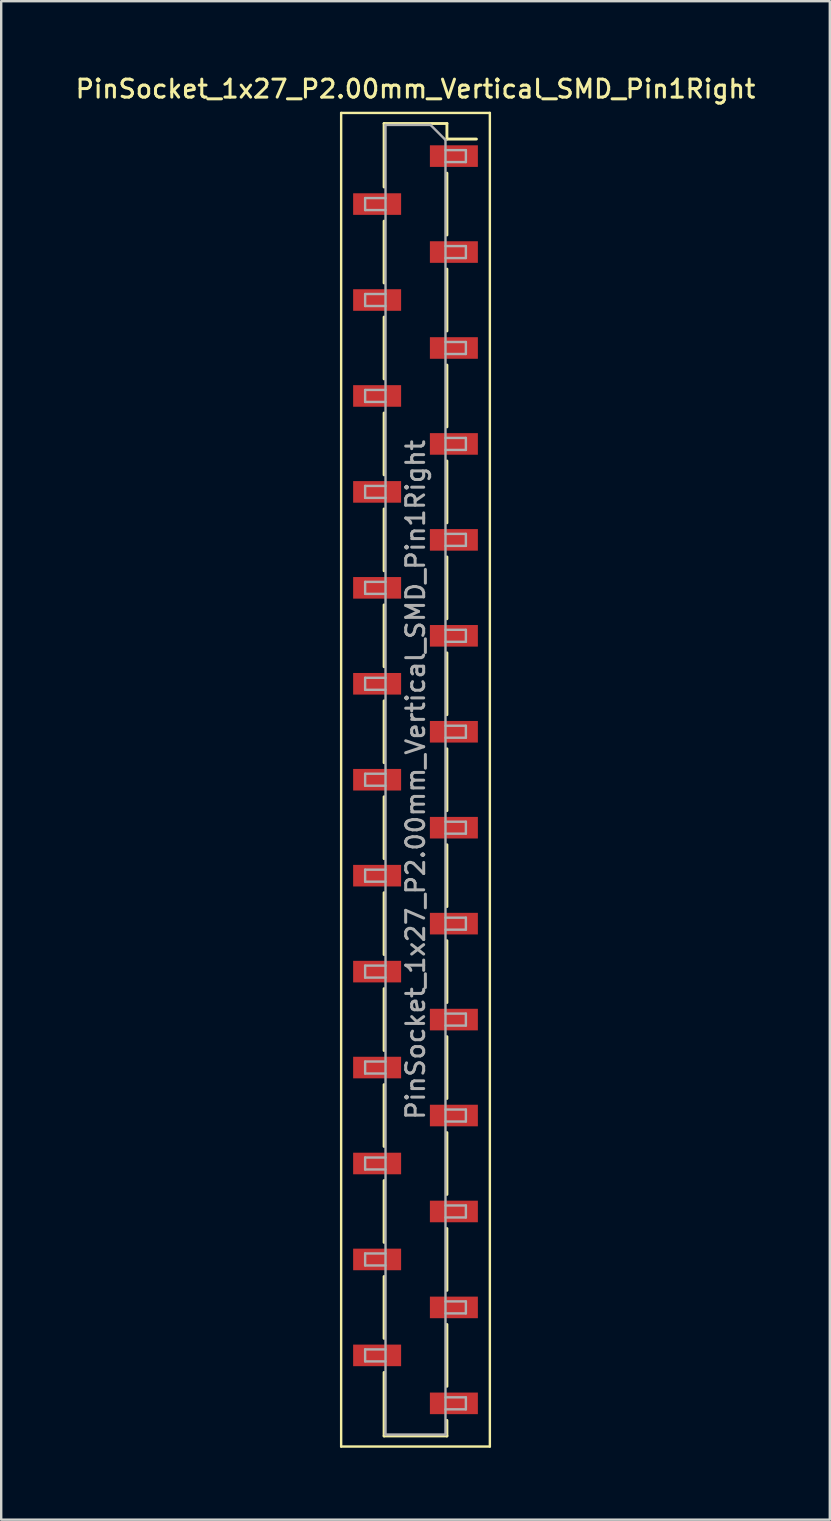
<source format=kicad_pcb>
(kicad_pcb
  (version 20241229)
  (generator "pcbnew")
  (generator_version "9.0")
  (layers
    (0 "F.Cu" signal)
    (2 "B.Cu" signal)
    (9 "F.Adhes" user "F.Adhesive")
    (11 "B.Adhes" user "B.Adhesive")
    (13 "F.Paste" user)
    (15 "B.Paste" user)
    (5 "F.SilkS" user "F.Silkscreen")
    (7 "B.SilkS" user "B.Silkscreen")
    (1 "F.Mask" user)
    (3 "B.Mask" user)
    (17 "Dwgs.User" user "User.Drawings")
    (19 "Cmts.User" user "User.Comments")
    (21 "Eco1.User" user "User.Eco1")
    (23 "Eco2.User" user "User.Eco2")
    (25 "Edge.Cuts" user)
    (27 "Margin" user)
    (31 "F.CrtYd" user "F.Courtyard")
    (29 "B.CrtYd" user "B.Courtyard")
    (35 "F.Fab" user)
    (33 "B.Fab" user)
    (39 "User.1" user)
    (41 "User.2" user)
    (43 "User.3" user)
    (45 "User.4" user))
  (footprint "PinSocket_1x27_P2.00mm_Vertical_SMD_Pin1Right"
    (layer "F.Cu")
    (at 14.273 29.458)
    (property "Reference" "PinSocket_1x27_P2.00mm_Vertical_SMD_Pin1Right" (at 0 -28.8 0) (layer "F.SilkS") (effects (font (size 0.75 0.75) (thickness 0.125))))
    (attr smd)
    (fp_line (start -3.1 -27.8) (end 3.1 -27.8) (stroke (width 0.1) (type solid)) (layer "F.SilkS"))
    (fp_line (start -3.1 27.8) (end -3.1 -27.8) (stroke (width 0.1) (type solid)) (layer "F.SilkS"))
    (fp_line (start -1.31 -27.36) (end -1.31 -24.71) (stroke (width 0.12) (type solid)) (layer "F.SilkS"))
    (fp_line (start -1.31 -27.36) (end 1.31 -27.36) (stroke (width 0.12) (type solid)) (layer "F.SilkS"))
    (fp_line (start -1.31 -23.29) (end -1.31 -20.71) (stroke (width 0.12) (type solid)) (layer "F.SilkS"))
    (fp_line (start -1.31 -19.29) (end -1.31 -16.71) (stroke (width 0.12) (type solid)) (layer "F.SilkS"))
    (fp_line (start -1.31 -15.29) (end -1.31 -12.71) (stroke (width 0.12) (type solid)) (layer "F.SilkS"))
    (fp_line (start -1.31 -11.29) (end -1.31 -8.71) (stroke (width 0.12) (type solid)) (layer "F.SilkS"))
    (fp_line (start -1.31 -7.29) (end -1.31 -4.71) (stroke (width 0.12) (type solid)) (layer "F.SilkS"))
    (fp_line (start -1.31 -3.29) (end -1.31 -0.71) (stroke (width 0.12) (type solid)) (layer "F.SilkS"))
    (fp_line (start -1.31 0.71) (end -1.31 3.29) (stroke (width 0.12) (type solid)) (layer "F.SilkS"))
    (fp_line (start -1.31 4.71) (end -1.31 7.29) (stroke (width 0.12) (type solid)) (layer "F.SilkS"))
    (fp_line (start -1.31 8.71) (end -1.31 11.29) (stroke (width 0.12) (type solid)) (layer "F.SilkS"))
    (fp_line (start -1.31 12.71) (end -1.31 15.29) (stroke (width 0.12) (type solid)) (layer "F.SilkS"))
    (fp_line (start -1.31 16.71) (end -1.31 19.29) (stroke (width 0.12) (type solid)) (layer "F.SilkS"))
    (fp_line (start -1.31 20.71) (end -1.31 23.29) (stroke (width 0.12) (type solid)) (layer "F.SilkS"))
    (fp_line (start -1.31 24.71) (end -1.31 27.36) (stroke (width 0.12) (type solid)) (layer "F.SilkS"))
    (fp_line (start -1.31 27.36) (end 1.31 27.36) (stroke (width 0.12) (type solid)) (layer "F.SilkS"))
    (fp_line (start 1.31 -27.36) (end 1.31 -26.71) (stroke (width 0.12) (type solid)) (layer "F.SilkS"))
    (fp_line (start 1.31 -26.71) (end 2.54 -26.71) (stroke (width 0.12) (type solid)) (layer "F.SilkS"))
    (fp_line (start 1.31 -25.29) (end 1.31 -22.71) (stroke (width 0.12) (type solid)) (layer "F.SilkS"))
    (fp_line (start 1.31 -21.29) (end 1.31 -18.71) (stroke (width 0.12) (type solid)) (layer "F.SilkS"))
    (fp_line (start 1.31 -17.29) (end 1.31 -14.71) (stroke (width 0.12) (type solid)) (layer "F.SilkS"))
    (fp_line (start 1.31 -13.29) (end 1.31 -10.71) (stroke (width 0.12) (type solid)) (layer "F.SilkS"))
    (fp_line (start 1.31 -9.29) (end 1.31 -6.71) (stroke (width 0.12) (type solid)) (layer "F.SilkS"))
    (fp_line (start 1.31 -5.29) (end 1.31 -2.71) (stroke (width 0.12) (type solid)) (layer "F.SilkS"))
    (fp_line (start 1.31 -1.29) (end 1.31 1.29) (stroke (width 0.12) (type solid)) (layer "F.SilkS"))
    (fp_line (start 1.31 2.71) (end 1.31 5.29) (stroke (width 0.12) (type solid)) (layer "F.SilkS"))
    (fp_line (start 1.31 6.71) (end 1.31 9.29) (stroke (width 0.12) (type solid)) (layer "F.SilkS"))
    (fp_line (start 1.31 10.71) (end 1.31 13.29) (stroke (width 0.12) (type solid)) (layer "F.SilkS"))
    (fp_line (start 1.31 14.71) (end 1.31 17.29) (stroke (width 0.12) (type solid)) (layer "F.SilkS"))
    (fp_line (start 1.31 18.71) (end 1.31 21.29) (stroke (width 0.12) (type solid)) (layer "F.SilkS"))
    (fp_line (start 1.31 22.71) (end 1.31 25.29) (stroke (width 0.12) (type solid)) (layer "F.SilkS"))
    (fp_line (start 1.31 26.71) (end 1.31 27.36) (stroke (width 0.12) (type solid)) (layer "F.SilkS"))
    (fp_line (start 3.1 -27.8) (end 3.1 27.8) (stroke (width 0.1) (type solid)) (layer "F.SilkS"))
    (fp_line (start 3.1 27.8) (end -3.1 27.8) (stroke (width 0.1) (type solid)) (layer "F.SilkS"))
    (fp_line (start -2.1 -24.25) (end -1.25 -24.25) (stroke (width 0.1) (type solid)) (layer "F.Fab"))
    (fp_line (start -2.1 -23.75) (end -2.1 -24.25) (stroke (width 0.1) (type solid)) (layer "F.Fab"))
    (fp_line (start -2.1 -20.25) (end -1.25 -20.25) (stroke (width 0.1) (type solid)) (layer "F.Fab"))
    (fp_line (start -2.1 -19.75) (end -2.1 -20.25) (stroke (width 0.1) (type solid)) (layer "F.Fab"))
    (fp_line (start -2.1 -16.25) (end -1.25 -16.25) (stroke (width 0.1) (type solid)) (layer "F.Fab"))
    (fp_line (start -2.1 -15.75) (end -2.1 -16.25) (stroke (width 0.1) (type solid)) (layer "F.Fab"))
    (fp_line (start -2.1 -12.25) (end -1.25 -12.25) (stroke (width 0.1) (type solid)) (layer "F.Fab"))
    (fp_line (start -2.1 -11.75) (end -2.1 -12.25) (stroke (width 0.1) (type solid)) (layer "F.Fab"))
    (fp_line (start -2.1 -8.25) (end -1.25 -8.25) (stroke (width 0.1) (type solid)) (layer "F.Fab"))
    (fp_line (start -2.1 -7.75) (end -2.1 -8.25) (stroke (width 0.1) (type solid)) (layer "F.Fab"))
    (fp_line (start -2.1 -4.25) (end -1.25 -4.25) (stroke (width 0.1) (type solid)) (layer "F.Fab"))
    (fp_line (start -2.1 -3.75) (end -2.1 -4.25) (stroke (width 0.1) (type solid)) (layer "F.Fab"))
    (fp_line (start -2.1 -0.25) (end -1.25 -0.25) (stroke (width 0.1) (type solid)) (layer "F.Fab"))
    (fp_line (start -2.1 0.25) (end -2.1 -0.25) (stroke (width 0.1) (type solid)) (layer "F.Fab"))
    (fp_line (start -2.1 3.75) (end -1.25 3.75) (stroke (width 0.1) (type solid)) (layer "F.Fab"))
    (fp_line (start -2.1 4.25) (end -2.1 3.75) (stroke (width 0.1) (type solid)) (layer "F.Fab"))
    (fp_line (start -2.1 7.75) (end -1.25 7.75) (stroke (width 0.1) (type solid)) (layer "F.Fab"))
    (fp_line (start -2.1 8.25) (end -2.1 7.75) (stroke (width 0.1) (type solid)) (layer "F.Fab"))
    (fp_line (start -2.1 11.75) (end -1.25 11.75) (stroke (width 0.1) (type solid)) (layer "F.Fab"))
    (fp_line (start -2.1 12.25) (end -2.1 11.75) (stroke (width 0.1) (type solid)) (layer "F.Fab"))
    (fp_line (start -2.1 15.75) (end -1.25 15.75) (stroke (width 0.1) (type solid)) (layer "F.Fab"))
    (fp_line (start -2.1 16.25) (end -2.1 15.75) (stroke (width 0.1) (type solid)) (layer "F.Fab"))
    (fp_line (start -2.1 19.75) (end -1.25 19.75) (stroke (width 0.1) (type solid)) (layer "F.Fab"))
    (fp_line (start -2.1 20.25) (end -2.1 19.75) (stroke (width 0.1) (type solid)) (layer "F.Fab"))
    (fp_line (start -2.1 23.75) (end -1.25 23.75) (stroke (width 0.1) (type solid)) (layer "F.Fab"))
    (fp_line (start -2.1 24.25) (end -2.1 23.75) (stroke (width 0.1) (type solid)) (layer "F.Fab"))
    (fp_line (start -1.25 -27.3) (end 0.625 -27.3) (stroke (width 0.1) (type solid)) (layer "F.Fab"))
    (fp_line (start -1.25 -23.75) (end -2.1 -23.75) (stroke (width 0.1) (type solid)) (layer "F.Fab"))
    (fp_line (start -1.25 -19.75) (end -2.1 -19.75) (stroke (width 0.1) (type solid)) (layer "F.Fab"))
    (fp_line (start -1.25 -15.75) (end -2.1 -15.75) (stroke (width 0.1) (type solid)) (layer "F.Fab"))
    (fp_line (start -1.25 -11.75) (end -2.1 -11.75) (stroke (width 0.1) (type solid)) (layer "F.Fab"))
    (fp_line (start -1.25 -7.75) (end -2.1 -7.75) (stroke (width 0.1) (type solid)) (layer "F.Fab"))
    (fp_line (start -1.25 -3.75) (end -2.1 -3.75) (stroke (width 0.1) (type solid)) (layer "F.Fab"))
    (fp_line (start -1.25 0.25) (end -2.1 0.25) (stroke (width 0.1) (type solid)) (layer "F.Fab"))
    (fp_line (start -1.25 4.25) (end -2.1 4.25) (stroke (width 0.1) (type solid)) (layer "F.Fab"))
    (fp_line (start -1.25 8.25) (end -2.1 8.25) (stroke (width 0.1) (type solid)) (layer "F.Fab"))
    (fp_line (start -1.25 12.25) (end -2.1 12.25) (stroke (width 0.1) (type solid)) (layer "F.Fab"))
    (fp_line (start -1.25 16.25) (end -2.1 16.25) (stroke (width 0.1) (type solid)) (layer "F.Fab"))
    (fp_line (start -1.25 20.25) (end -2.1 20.25) (stroke (width 0.1) (type solid)) (layer "F.Fab"))
    (fp_line (start -1.25 24.25) (end -2.1 24.25) (stroke (width 0.1) (type solid)) (layer "F.Fab"))
    (fp_line (start -1.25 27.3) (end -1.25 -27.3) (stroke (width 0.1) (type solid)) (layer "F.Fab"))
    (fp_line (start 0.625 -27.3) (end 1.25 -26.675) (stroke (width 0.1) (type solid)) (layer "F.Fab"))
    (fp_line (start 1.25 -26.675) (end 1.25 27.3) (stroke (width 0.1) (type solid)) (layer "F.Fab"))
    (fp_line (start 1.25 -26.25) (end 2.1 -26.25) (stroke (width 0.1) (type solid)) (layer "F.Fab"))
    (fp_line (start 1.25 -22.25) (end 2.1 -22.25) (stroke (width 0.1) (type solid)) (layer "F.Fab"))
    (fp_line (start 1.25 -18.25) (end 2.1 -18.25) (stroke (width 0.1) (type solid)) (layer "F.Fab"))
    (fp_line (start 1.25 -14.25) (end 2.1 -14.25) (stroke (width 0.1) (type solid)) (layer "F.Fab"))
    (fp_line (start 1.25 -10.25) (end 2.1 -10.25) (stroke (width 0.1) (type solid)) (layer "F.Fab"))
    (fp_line (start 1.25 -6.25) (end 2.1 -6.25) (stroke (width 0.1) (type solid)) (layer "F.Fab"))
    (fp_line (start 1.25 -2.25) (end 2.1 -2.25) (stroke (width 0.1) (type solid)) (layer "F.Fab"))
    (fp_line (start 1.25 1.75) (end 2.1 1.75) (stroke (width 0.1) (type solid)) (layer "F.Fab"))
    (fp_line (start 1.25 5.75) (end 2.1 5.75) (stroke (width 0.1) (type solid)) (layer "F.Fab"))
    (fp_line (start 1.25 9.75) (end 2.1 9.75) (stroke (width 0.1) (type solid)) (layer "F.Fab"))
    (fp_line (start 1.25 13.75) (end 2.1 13.75) (stroke (width 0.1) (type solid)) (layer "F.Fab"))
    (fp_line (start 1.25 17.75) (end 2.1 17.75) (stroke (width 0.1) (type solid)) (layer "F.Fab"))
    (fp_line (start 1.25 21.75) (end 2.1 21.75) (stroke (width 0.1) (type solid)) (layer "F.Fab"))
    (fp_line (start 1.25 25.75) (end 2.1 25.75) (stroke (width 0.1) (type solid)) (layer "F.Fab"))
    (fp_line (start 1.25 27.3) (end -1.25 27.3) (stroke (width 0.1) (type solid)) (layer "F.Fab"))
    (fp_line (start 2.1 -26.25) (end 2.1 -25.75) (stroke (width 0.1) (type solid)) (layer "F.Fab"))
    (fp_line (start 2.1 -25.75) (end 1.25 -25.75) (stroke (width 0.1) (type solid)) (layer "F.Fab"))
    (fp_line (start 2.1 -22.25) (end 2.1 -21.75) (stroke (width 0.1) (type solid)) (layer "F.Fab"))
    (fp_line (start 2.1 -21.75) (end 1.25 -21.75) (stroke (width 0.1) (type solid)) (layer "F.Fab"))
    (fp_line (start 2.1 -18.25) (end 2.1 -17.75) (stroke (width 0.1) (type solid)) (layer "F.Fab"))
    (fp_line (start 2.1 -17.75) (end 1.25 -17.75) (stroke (width 0.1) (type solid)) (layer "F.Fab"))
    (fp_line (start 2.1 -14.25) (end 2.1 -13.75) (stroke (width 0.1) (type solid)) (layer "F.Fab"))
    (fp_line (start 2.1 -13.75) (end 1.25 -13.75) (stroke (width 0.1) (type solid)) (layer "F.Fab"))
    (fp_line (start 2.1 -10.25) (end 2.1 -9.75) (stroke (width 0.1) (type solid)) (layer "F.Fab"))
    (fp_line (start 2.1 -9.75) (end 1.25 -9.75) (stroke (width 0.1) (type solid)) (layer "F.Fab"))
    (fp_line (start 2.1 -6.25) (end 2.1 -5.75) (stroke (width 0.1) (type solid)) (layer "F.Fab"))
    (fp_line (start 2.1 -5.75) (end 1.25 -5.75) (stroke (width 0.1) (type solid)) (layer "F.Fab"))
    (fp_line (start 2.1 -2.25) (end 2.1 -1.75) (stroke (width 0.1) (type solid)) (layer "F.Fab"))
    (fp_line (start 2.1 -1.75) (end 1.25 -1.75) (stroke (width 0.1) (type solid)) (layer "F.Fab"))
    (fp_line (start 2.1 1.75) (end 2.1 2.25) (stroke (width 0.1) (type solid)) (layer "F.Fab"))
    (fp_line (start 2.1 2.25) (end 1.25 2.25) (stroke (width 0.1) (type solid)) (layer "F.Fab"))
    (fp_line (start 2.1 5.75) (end 2.1 6.25) (stroke (width 0.1) (type solid)) (layer "F.Fab"))
    (fp_line (start 2.1 6.25) (end 1.25 6.25) (stroke (width 0.1) (type solid)) (layer "F.Fab"))
    (fp_line (start 2.1 9.75) (end 2.1 10.25) (stroke (width 0.1) (type solid)) (layer "F.Fab"))
    (fp_line (start 2.1 10.25) (end 1.25 10.25) (stroke (width 0.1) (type solid)) (layer "F.Fab"))
    (fp_line (start 2.1 13.75) (end 2.1 14.25) (stroke (width 0.1) (type solid)) (layer "F.Fab"))
    (fp_line (start 2.1 14.25) (end 1.25 14.25) (stroke (width 0.1) (type solid)) (layer "F.Fab"))
    (fp_line (start 2.1 17.75) (end 2.1 18.25) (stroke (width 0.1) (type solid)) (layer "F.Fab"))
    (fp_line (start 2.1 18.25) (end 1.25 18.25) (stroke (width 0.1) (type solid)) (layer "F.Fab"))
    (fp_line (start 2.1 21.75) (end 2.1 22.25) (stroke (width 0.1) (type solid)) (layer "F.Fab"))
    (fp_line (start 2.1 22.25) (end 1.25 22.25) (stroke (width 0.1) (type solid)) (layer "F.Fab"))
    (fp_line (start 2.1 25.75) (end 2.1 26.25) (stroke (width 0.1) (type solid)) (layer "F.Fab"))
    (fp_line (start 2.1 26.25) (end 1.25 26.25) (stroke (width 0.1) (type solid)) (layer "F.Fab"))
    (fp_text user "${REFERENCE}" (at 0 0 90) (layer "F.Fab") (effects (font (size 0.75 0.75) (thickness 0.125))))
    (pad "1" smd rect (at 1.6 -26) (size 2 0.9) (layers "F.Cu" "F.Mask" "F.Paste"))
    (pad "2" smd rect (at -1.6 -24) (size 2 0.9) (layers "F.Cu" "F.Mask" "F.Paste"))
    (pad "3" smd rect (at 1.6 -22) (size 2 0.9) (layers "F.Cu" "F.Mask" "F.Paste"))
    (pad "4" smd rect (at -1.6 -20) (size 2 0.9) (layers "F.Cu" "F.Mask" "F.Paste"))
    (pad "5" smd rect (at 1.6 -18) (size 2 0.9) (layers "F.Cu" "F.Mask" "F.Paste"))
    (pad "6" smd rect (at -1.6 -16) (size 2 0.9) (layers "F.Cu" "F.Mask" "F.Paste"))
    (pad "7" smd rect (at 1.6 -14) (size 2 0.9) (layers "F.Cu" "F.Mask" "F.Paste"))
    (pad "8" smd rect (at -1.6 -12) (size 2 0.9) (layers "F.Cu" "F.Mask" "F.Paste"))
    (pad "9" smd rect (at 1.6 -10) (size 2 0.9) (layers "F.Cu" "F.Mask" "F.Paste"))
    (pad "10" smd rect (at -1.6 -8) (size 2 0.9) (layers "F.Cu" "F.Mask" "F.Paste"))
    (pad "11" smd rect (at 1.6 -6) (size 2 0.9) (layers "F.Cu" "F.Mask" "F.Paste"))
    (pad "12" smd rect (at -1.6 -4) (size 2 0.9) (layers "F.Cu" "F.Mask" "F.Paste"))
    (pad "13" smd rect (at 1.6 -2) (size 2 0.9) (layers "F.Cu" "F.Mask" "F.Paste"))
    (pad "14" smd rect (at -1.6 0) (size 2 0.9) (layers "F.Cu" "F.Mask" "F.Paste"))
    (pad "15" smd rect (at 1.6 2) (size 2 0.9) (layers "F.Cu" "F.Mask" "F.Paste"))
    (pad "16" smd rect (at -1.6 4) (size 2 0.9) (layers "F.Cu" "F.Mask" "F.Paste"))
    (pad "17" smd rect (at 1.6 6) (size 2 0.9) (layers "F.Cu" "F.Mask" "F.Paste"))
    (pad "18" smd rect (at -1.6 8) (size 2 0.9) (layers "F.Cu" "F.Mask" "F.Paste"))
    (pad "19" smd rect (at 1.6 10) (size 2 0.9) (layers "F.Cu" "F.Mask" "F.Paste"))
    (pad "20" smd rect (at -1.6 12) (size 2 0.9) (layers "F.Cu" "F.Mask" "F.Paste"))
    (pad "21" smd rect (at 1.6 14) (size 2 0.9) (layers "F.Cu" "F.Mask" "F.Paste"))
    (pad "22" smd rect (at -1.6 16) (size 2 0.9) (layers "F.Cu" "F.Mask" "F.Paste"))
    (pad "23" smd rect (at 1.6 18) (size 2 0.9) (layers "F.Cu" "F.Mask" "F.Paste"))
    (pad "24" smd rect (at -1.6 20) (size 2 0.9) (layers "F.Cu" "F.Mask" "F.Paste"))
    (pad "25" smd rect (at 1.6 22) (size 2 0.9) (layers "F.Cu" "F.Mask" "F.Paste"))
    (pad "26" smd rect (at -1.6 24) (size 2 0.9) (layers "F.Cu" "F.Mask" "F.Paste"))
    (pad "27" smd rect (at 1.6 26) (size 2 0.9) (layers "F.Cu" "F.Mask" "F.Paste")))
  (gr_rect
    (start -3 -3)
    (end 31.546 60.308)
    (stroke (width 0.1) (type default))
    (fill no)
    (layer "Edge.Cuts")))
</source>
